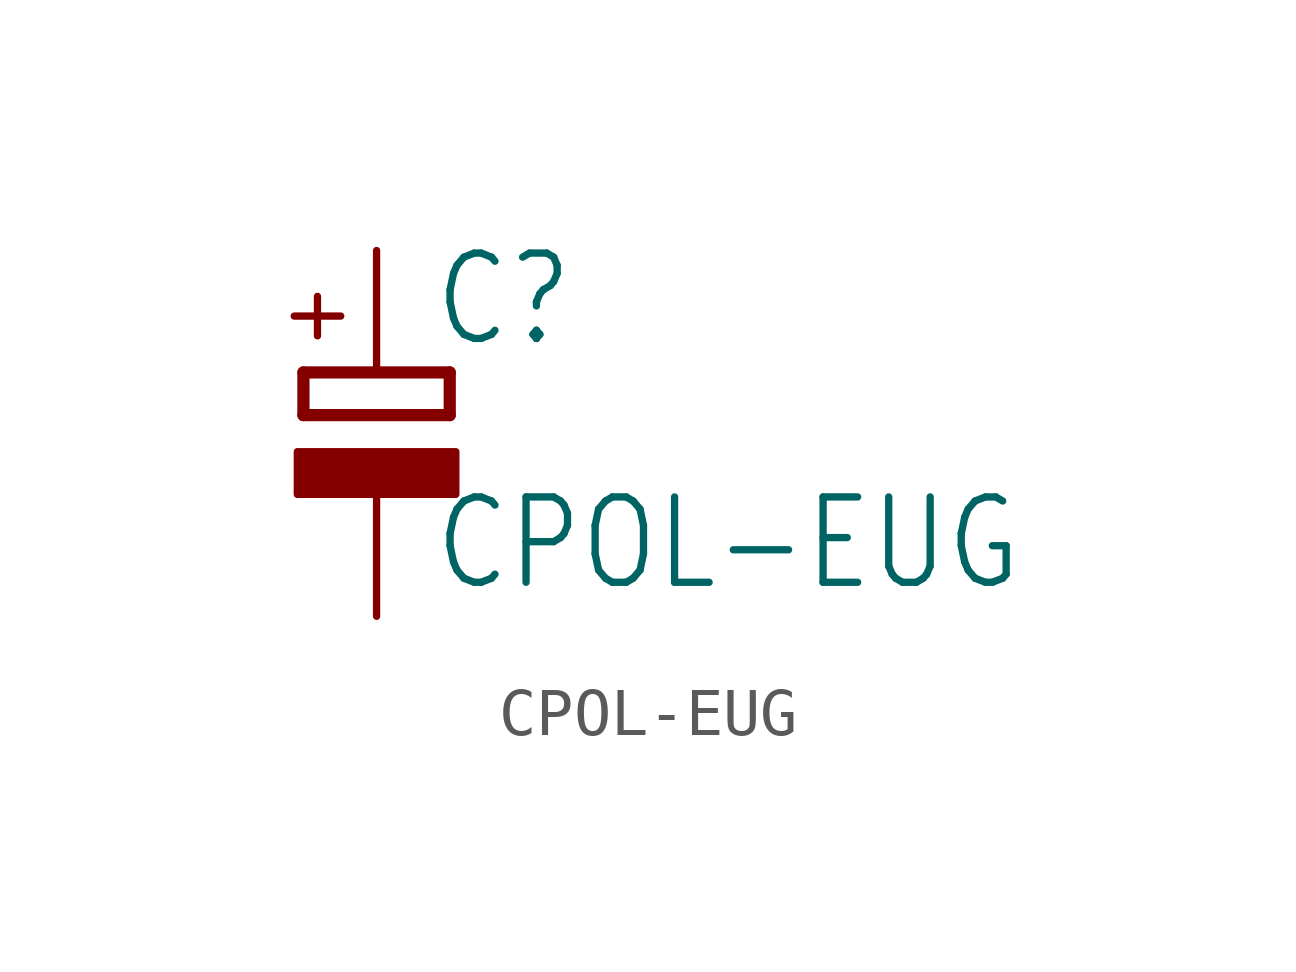
<source format=kicad_sym>
(kicad_symbol_lib
  (version 20220331)
  (generator kicad_symbol_editor)
  (symbol "CPOL-EUG"
    (property "Reference" "C"
      (at 1.143 0.483 0)
      (effects (font (size 1.778 1.511)) (justify left bottom)))
    (property "Value" "CPOL-EUG"
      (at 1.143 -4.597 0)
      (effects (font (size 1.778 1.511)) (justify left bottom)))
    (property "ki_locked" ""
      (at 0 0 0)
      (effects (font (size 1.27 1.27))))
    (symbol "CPOL-EUG_1_0"
      (rectangle (start -1.651 -2.54) (end 1.651 -1.651) (stroke (width 0) (type default)) (fill (type outline)))
      (polyline (pts (xy -1.524 -0.889) (xy 1.524 -0.889)) (stroke (width 0.254) (type solid)) (fill (type none)))
      (polyline (pts (xy -1.524 0) (xy -1.524 -0.889)) (stroke (width 0.254) (type solid)) (fill (type none)))
      (polyline (pts (xy -1.524 0) (xy 1.524 0)) (stroke (width 0.254) (type solid)) (fill (type none)))
      (polyline (pts (xy 1.524 -0.889) (xy 1.524 0)) (stroke (width 0.254) (type solid)) (fill (type none)))
      (text "+" (at -0.584 0.406 900) (effects (font (size 1.27 1.079)) (justify left bottom)))
      (pin passive line (at 0 2.54 270) (length 2.54) (name "+" (effects (font (size 0 0)))) (number "+" (effects (font (size 0 0)))))
      (pin passive line (at 0 -5.08 90) (length 2.54) (name "-" (effects (font (size 0 0)))) (number "-" (effects (font (size 0 0))))))))
</source>
